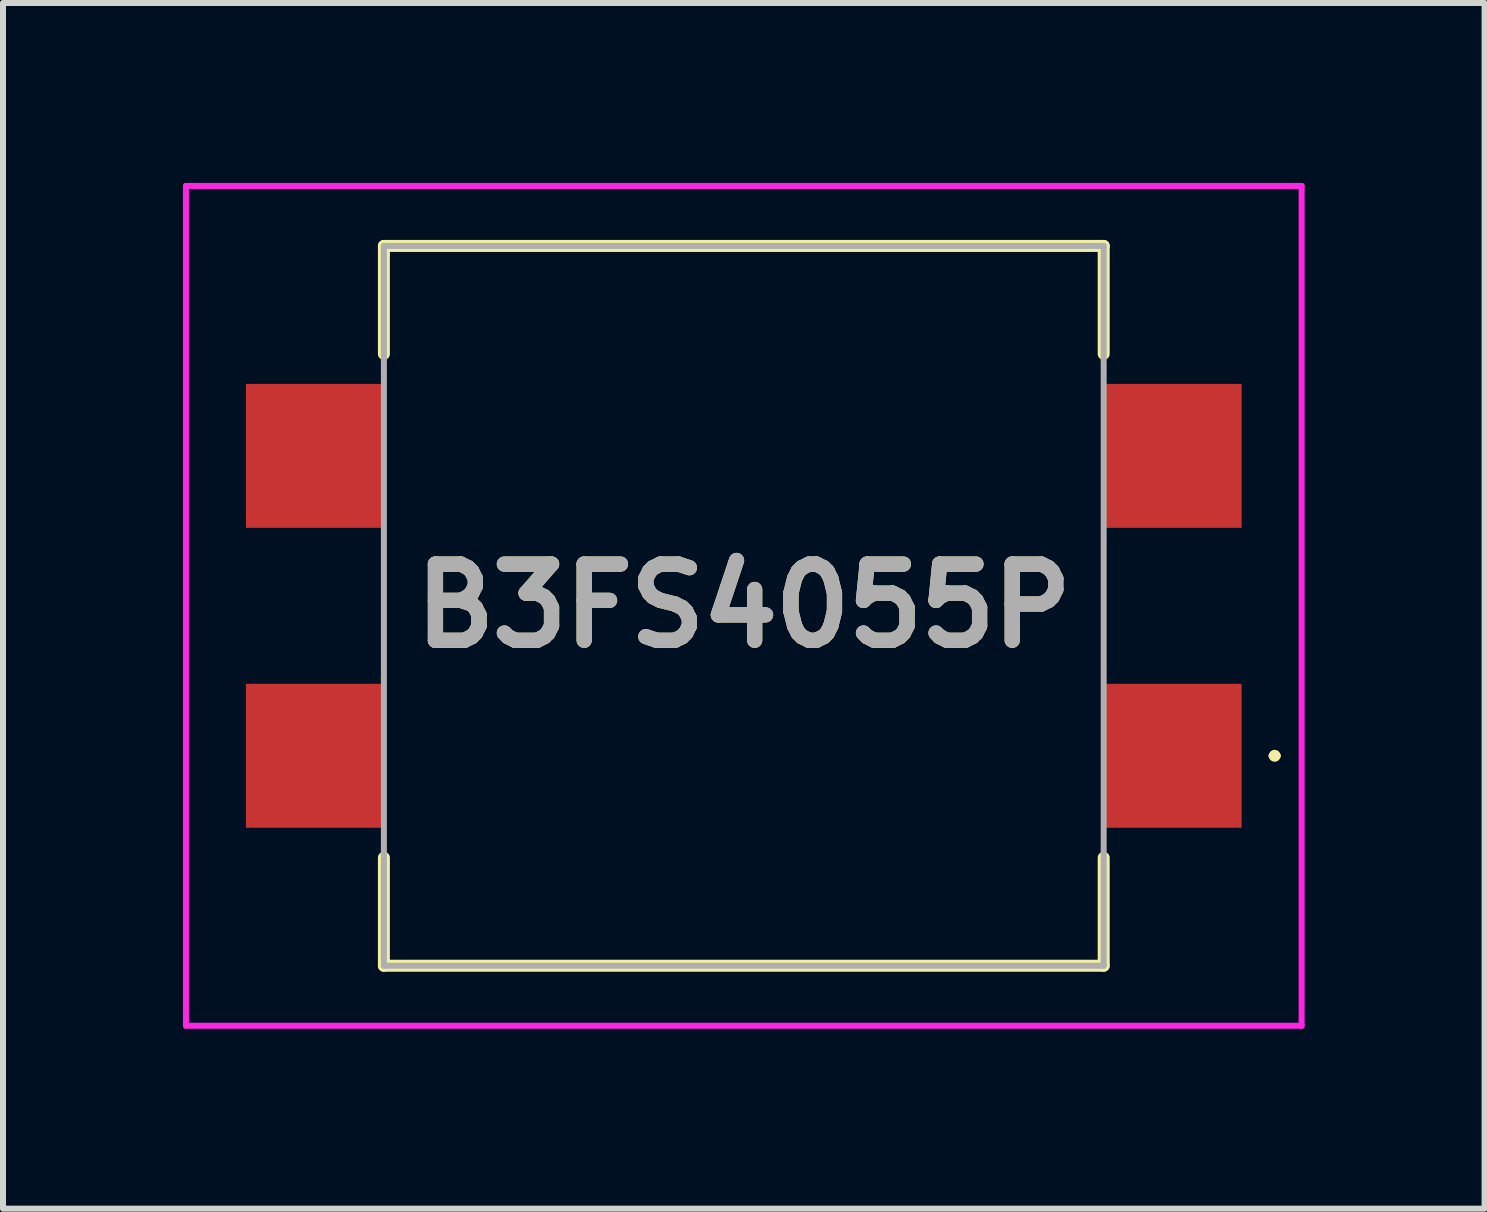
<source format=kicad_pcb>
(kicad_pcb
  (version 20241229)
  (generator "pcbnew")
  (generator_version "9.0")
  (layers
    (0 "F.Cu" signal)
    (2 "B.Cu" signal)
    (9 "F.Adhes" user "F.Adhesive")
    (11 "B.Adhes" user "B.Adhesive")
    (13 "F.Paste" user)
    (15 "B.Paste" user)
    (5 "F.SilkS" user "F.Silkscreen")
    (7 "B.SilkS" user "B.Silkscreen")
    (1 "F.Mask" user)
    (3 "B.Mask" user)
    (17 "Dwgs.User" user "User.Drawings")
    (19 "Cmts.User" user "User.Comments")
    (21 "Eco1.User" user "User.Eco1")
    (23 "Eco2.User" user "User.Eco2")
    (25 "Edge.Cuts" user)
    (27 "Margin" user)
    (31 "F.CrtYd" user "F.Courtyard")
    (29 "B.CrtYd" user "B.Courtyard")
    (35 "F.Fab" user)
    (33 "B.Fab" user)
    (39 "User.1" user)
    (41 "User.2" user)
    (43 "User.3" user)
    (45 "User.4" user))
  (footprint "B3FS4055P"
    (layer "F.Cu")
    (at 9.35 7.05)
    (property "Reference" "B3FS4055P" (at 0 0 0) (layer "F.SilkS") (effects (font (size 1.27 1.27) (thickness 0.254))))
    (attr smd)
    (fp_line (start -6 -6) (end 6 -6) (stroke (width 0.2) (type solid)) (layer "F.SilkS"))
    (fp_line (start -6 -4.2) (end -6 -6) (stroke (width 0.2) (type solid)) (layer "F.SilkS"))
    (fp_line (start -6 6) (end -6 4.2) (stroke (width 0.2) (type solid)) (layer "F.SilkS"))
    (fp_line (start 6 -6) (end 6 -4.2) (stroke (width 0.2) (type solid)) (layer "F.SilkS"))
    (fp_line (start 6 4.2) (end 6 6) (stroke (width 0.2) (type solid)) (layer "F.SilkS"))
    (fp_line (start 6 6) (end -6 6) (stroke (width 0.2) (type solid)) (layer "F.SilkS"))
    (fp_line (start 8.8 2.5) (end 8.8 2.5) (stroke (width 0.1) (type solid)) (layer "F.SilkS"))
    (fp_line (start 8.9 2.5) (end 8.9 2.5) (stroke (width 0.1) (type solid)) (layer "F.SilkS"))
    (fp_arc (start 8.8 2.5) (mid 8.85 2.45) (end 8.9 2.5) (stroke (width 0.1) (type solid)) (layer "F.SilkS"))
    (fp_arc (start 8.9 2.5) (mid 8.85 2.55) (end 8.8 2.5) (stroke (width 0.1) (type solid)) (layer "F.SilkS"))
    (fp_line (start -9.3 -7) (end 9.3 -7) (stroke (width 0.1) (type solid)) (layer "F.CrtYd"))
    (fp_line (start -9.3 7) (end -9.3 -7) (stroke (width 0.1) (type solid)) (layer "F.CrtYd"))
    (fp_line (start 9.3 -7) (end 9.3 7) (stroke (width 0.1) (type solid)) (layer "F.CrtYd"))
    (fp_line (start 9.3 7) (end -9.3 7) (stroke (width 0.1) (type solid)) (layer "F.CrtYd"))
    (fp_line (start -6 -6) (end 6 -6) (stroke (width 0.1) (type solid)) (layer "F.Fab"))
    (fp_line (start -6 6) (end -6 -6) (stroke (width 0.1) (type solid)) (layer "F.Fab"))
    (fp_line (start 6 -6) (end 6 6) (stroke (width 0.1) (type solid)) (layer "F.Fab"))
    (fp_line (start 6 6) (end -6 6) (stroke (width 0.1) (type solid)) (layer "F.Fab"))
    (fp_text user "${REFERENCE}" (at 0 0 0) (layer "F.Fab") (effects (font (size 1.27 1.27) (thickness 0.254))))
    (pad "1" smd rect (at 7.15 2.5) (size 2.3 2.4) (layers "F.Cu" "F.Mask" "F.Paste"))
    (pad "2" smd rect (at -7.15 2.5) (size 2.3 2.4) (layers "F.Cu" "F.Mask" "F.Paste"))
    (pad "3" smd rect (at 7.15 -2.5) (size 2.3 2.4) (layers "F.Cu" "F.Mask" "F.Paste"))
    (pad "4" smd rect (at -7.15 -2.5) (size 2.3 2.4) (layers "F.Cu" "F.Mask" "F.Paste")))
  (gr_rect
    (start -3 -3)
    (end 21.7 17.1)
    (stroke (width 0.1) (type default))
    (fill no)
    (layer "Edge.Cuts")))
</source>
